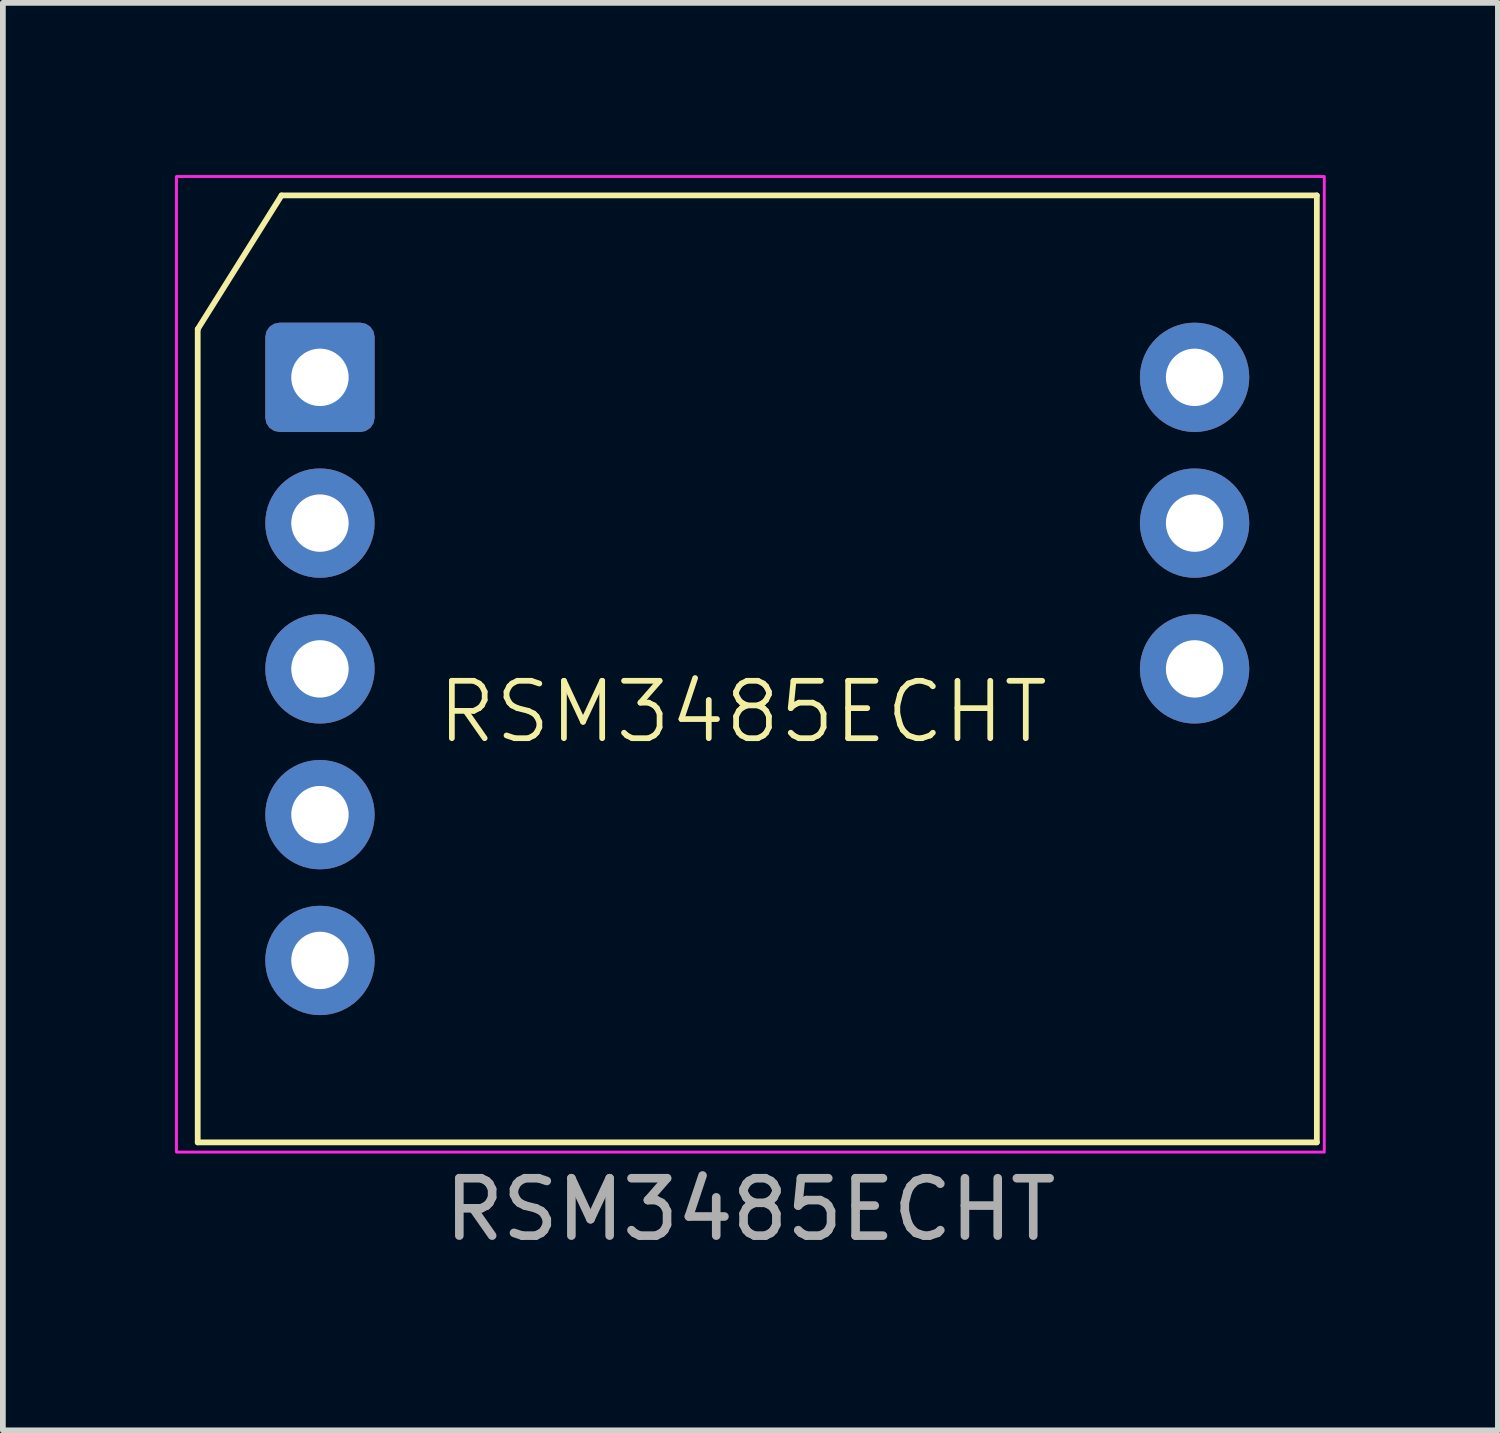
<source format=kicad_pcb>
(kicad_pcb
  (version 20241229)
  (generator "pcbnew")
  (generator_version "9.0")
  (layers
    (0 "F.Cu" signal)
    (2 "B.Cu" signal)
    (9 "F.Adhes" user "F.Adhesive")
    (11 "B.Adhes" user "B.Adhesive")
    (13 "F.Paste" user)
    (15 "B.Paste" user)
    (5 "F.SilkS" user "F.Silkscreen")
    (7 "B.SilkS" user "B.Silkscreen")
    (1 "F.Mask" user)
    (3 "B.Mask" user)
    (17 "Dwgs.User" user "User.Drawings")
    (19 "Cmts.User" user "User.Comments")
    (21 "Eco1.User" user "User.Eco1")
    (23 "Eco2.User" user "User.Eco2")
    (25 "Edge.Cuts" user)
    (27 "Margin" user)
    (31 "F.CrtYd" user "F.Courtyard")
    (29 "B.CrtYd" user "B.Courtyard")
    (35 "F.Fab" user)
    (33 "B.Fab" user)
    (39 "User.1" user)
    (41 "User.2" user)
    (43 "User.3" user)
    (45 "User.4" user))
  (footprint "RSM3485ECHT"
    (layer "F.Cu")
    (at 9.895 9.855)
    (property "Reference" "RSM3485ECHT" (at 0 -0.5 0) (unlocked yes) (layer "F.SilkS") (effects (font (size 1 1) (thickness 0.1))))
    (attr smd)
    (fp_line (start -9.5 -7.17) (end -8.04 -9.5) (stroke (width 0.1) (type default)) (layer "F.SilkS"))
    (fp_line (start -9.5 7) (end -9.5 -7.17) (stroke (width 0.1) (type solid)) (layer "F.SilkS"))
    (fp_line (start 10 -9.5) (end -8.04 -9.5) (stroke (width 0.1) (type solid)) (layer "F.SilkS"))
    (fp_line (start 10 7) (end -9.5 7) (stroke (width 0.1) (type solid)) (layer "F.SilkS"))
    (fp_line (start 10 7) (end 10 -9.5) (stroke (width 0.1) (type solid)) (layer "F.SilkS"))
    (fp_rect (start -9.87 -9.83) (end 10.13 7.17) (stroke (width 0.05) (type default)) (fill no) (layer "F.CrtYd"))
    (fp_text user "${REFERENCE}" (at 0.13 8.17 0) (unlocked yes) (layer "F.Fab") (effects (font (size 1 1) (thickness 0.15))))
    (pad "1" thru_hole roundrect (at -7.37 -6.33) (size 1.905 1.905) (drill 1) (layers "*.Cu" "*.Mask") (roundrect_rratio 0.131))
    (pad "2" thru_hole circle (at -7.37 -3.79) (size 1.905 1.905) (drill 1) (layers "*.Cu" "*.Mask"))
    (pad "3" thru_hole circle (at -7.37 -1.25) (size 1.905 1.905) (drill 1) (layers "*.Cu" "*.Mask"))
    (pad "4" thru_hole circle (at -7.37 1.29) (size 1.905 1.905) (drill 1) (layers "*.Cu" "*.Mask"))
    (pad "5" thru_hole circle (at -7.37 3.83) (size 1.905 1.905) (drill 1) (layers "*.Cu" "*.Mask"))
    (pad "6" thru_hole circle (at 7.87 -6.33) (size 1.905 1.905) (drill 1) (layers "*.Cu" "*.Mask"))
    (pad "7" thru_hole circle (at 7.87 -3.79) (size 1.905 1.905) (drill 1) (layers "*.Cu" "*.Mask"))
    (pad "8" thru_hole circle (at 7.87 -1.25) (size 1.905 1.905) (drill 1) (layers "*.Cu" "*.Mask")))
  (gr_rect
    (start -3 -3)
    (end 23.05 21.873)
    (stroke (width 0.1) (type default))
    (fill no)
    (layer "Edge.Cuts")))
</source>
